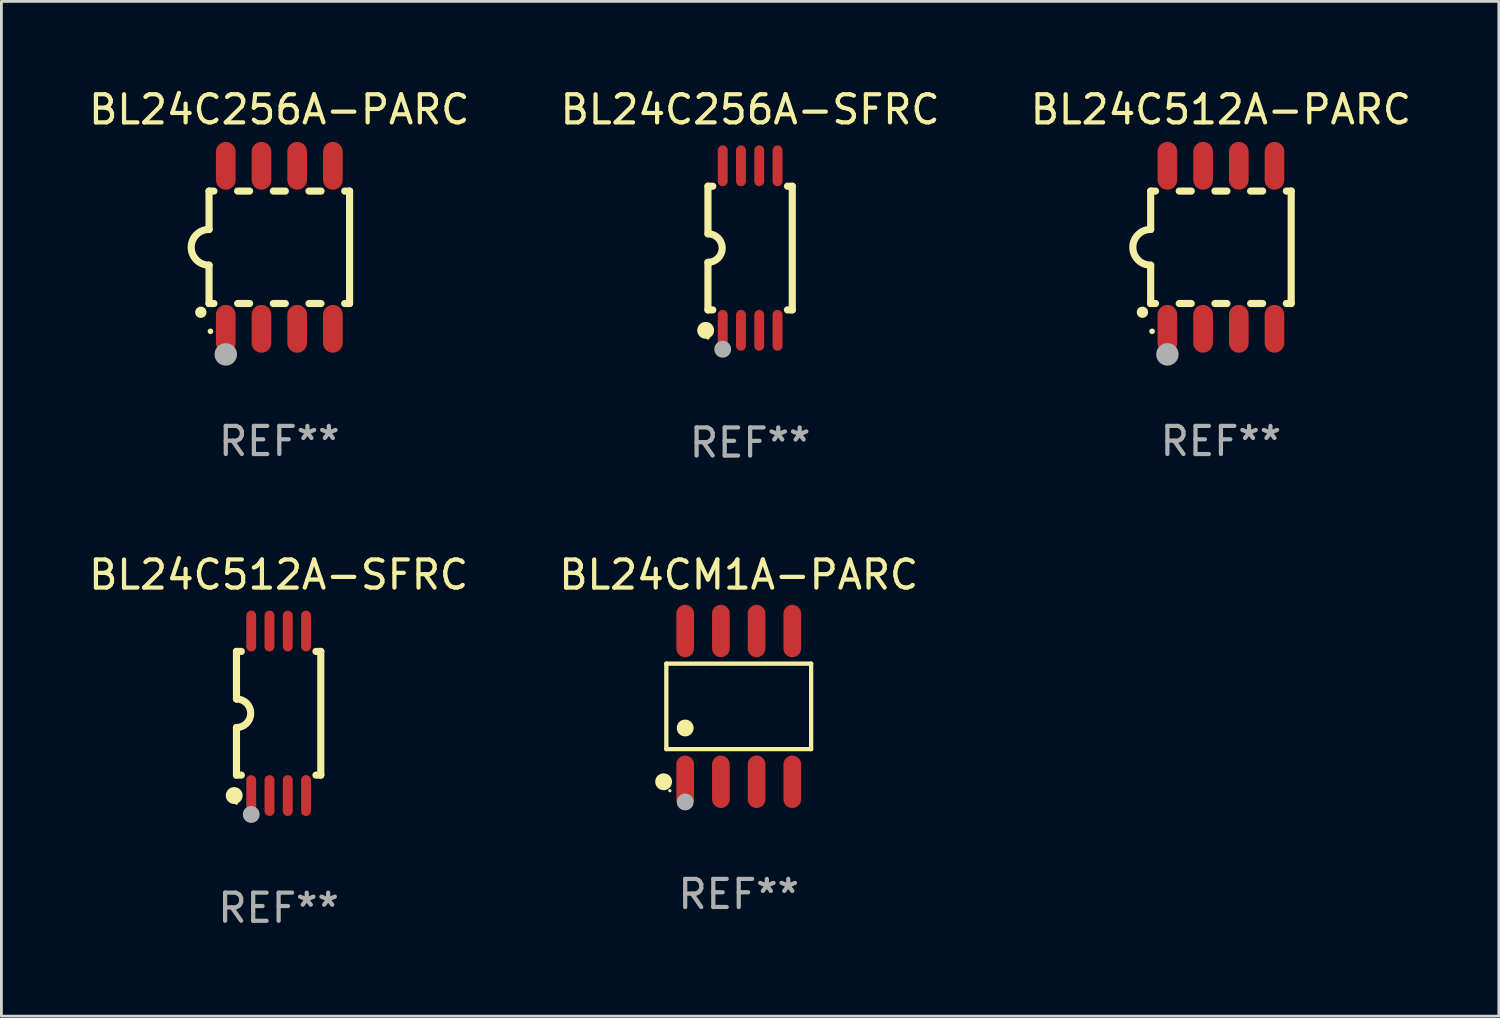
<source format=kicad_pcb>
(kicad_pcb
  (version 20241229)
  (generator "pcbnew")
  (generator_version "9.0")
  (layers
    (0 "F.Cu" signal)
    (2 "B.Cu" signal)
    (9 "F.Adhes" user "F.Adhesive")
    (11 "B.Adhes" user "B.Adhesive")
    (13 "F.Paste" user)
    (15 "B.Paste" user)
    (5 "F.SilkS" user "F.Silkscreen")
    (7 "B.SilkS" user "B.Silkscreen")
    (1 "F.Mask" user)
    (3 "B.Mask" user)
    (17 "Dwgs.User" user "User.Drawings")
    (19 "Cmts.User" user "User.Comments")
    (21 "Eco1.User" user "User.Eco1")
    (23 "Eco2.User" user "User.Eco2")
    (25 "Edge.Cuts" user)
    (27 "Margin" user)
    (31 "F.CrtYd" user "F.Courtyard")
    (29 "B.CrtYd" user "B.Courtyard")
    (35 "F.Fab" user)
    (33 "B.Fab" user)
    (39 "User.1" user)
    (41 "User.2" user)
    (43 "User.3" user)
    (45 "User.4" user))
  (footprint "BL24CM1A-PARC"
    (layer "F.Cu")
    (at 23.232 22.081)
    (property "Reference" "BL24CM1A-PARC" (at 0 -4.682 0) (layer "F.SilkS") (effects (font (size 1 1) (thickness 0.15))))
    (attr through_hole)
    (fp_line (start -2.576 -1.521) (end 2.576 -1.521) (stroke (width 0.152) (type solid)) (layer "F.SilkS"))
    (fp_line (start -2.576 1.521) (end -2.576 -1.521) (stroke (width 0.152) (type solid)) (layer "F.SilkS"))
    (fp_line (start 2.576 -1.521) (end 2.576 1.521) (stroke (width 0.152) (type solid)) (layer "F.SilkS"))
    (fp_line (start 2.576 1.521) (end -2.576 1.521) (stroke (width 0.152) (type solid)) (layer "F.SilkS"))
    (fp_circle (center -2.672 2.682) (end -2.522 2.682) (stroke (width 0.3) (type solid)) (fill no) (layer "F.SilkS"))
    (fp_circle (center -2.45 3) (end -2.42 3) (stroke (width 0.06) (type solid)) (fill no) (layer "F.SilkS"))
    (fp_circle (center -1.905 0.769) (end -1.755 0.769) (stroke (width 0.3) (type solid)) (fill no) (layer "F.SilkS"))
    (fp_circle (center -1.905 3.4) (end -1.755 3.4) (stroke (width 0.3) (type solid)) (fill no) (layer "F.Fab"))
    (fp_text user "REF**" (at 0 6.682 0) (layer "F.Fab") (effects (font (size 1 1) (thickness 0.15))))
    (pad "1" smd oval (at -1.905 2.682) (size 0.63 1.865) (layers "F.Cu" "F.Mask" "F.Paste"))
    (pad "2" smd oval (at -0.635 2.682) (size 0.63 1.865) (layers "F.Cu" "F.Mask" "F.Paste"))
    (pad "3" smd oval (at 0.635 2.682) (size 0.63 1.865) (layers "F.Cu" "F.Mask" "F.Paste"))
    (pad "4" smd oval (at 1.905 2.682) (size 0.63 1.865) (layers "F.Cu" "F.Mask" "F.Paste"))
    (pad "5" smd oval (at 1.905 -2.682) (size 0.63 1.865) (layers "F.Cu" "F.Mask" "F.Paste"))
    (pad "6" smd oval (at 0.635 -2.682) (size 0.63 1.865) (layers "F.Cu" "F.Mask" "F.Paste"))
    (pad "7" smd oval (at -0.635 -2.682) (size 0.63 1.865) (layers "F.Cu" "F.Mask" "F.Paste"))
    (pad "8" smd oval (at -1.905 -2.682) (size 0.63 1.865) (layers "F.Cu" "F.Mask" "F.Paste")))
  (footprint "BL24C256A-SFRC"
    (layer "F.Cu")
    (at 23.637 5.775)
    (property "Reference" "BL24C256A-SFRC" (at 0 -4.927 0) (layer "F.SilkS") (effects (font (size 1 1) (thickness 0.15))))
    (attr through_hole)
    (fp_line (start -1.5 -2.2) (end -1.5 -0.508) (stroke (width 0.254) (type solid)) (layer "F.SilkS"))
    (fp_line (start -1.5 -2.2) (end -1.328 -2.2) (stroke (width 0.254) (type solid)) (layer "F.SilkS"))
    (fp_line (start -1.5 2.2) (end -1.5 0.508) (stroke (width 0.254) (type solid)) (layer "F.SilkS"))
    (fp_line (start -1.5 2.2) (end -1.328 2.2) (stroke (width 0.254) (type solid)) (layer "F.SilkS"))
    (fp_line (start 1.328 -2.2) (end 1.5 -2.2) (stroke (width 0.254) (type solid)) (layer "F.SilkS"))
    (fp_line (start 1.328 2.2) (end 1.5 2.2) (stroke (width 0.254) (type solid)) (layer "F.SilkS"))
    (fp_line (start 1.5 -2.2) (end 1.5 2.2) (stroke (width 0.254) (type solid)) (layer "F.SilkS"))
    (fp_arc (start -1.501144 -0.508) (mid -0.993143 -0.000571) (end -1.5 0.508001) (stroke (width 0.254001) (type solid)) (layer "F.SilkS"))
    (fp_circle (center -1.581 2.927) (end -1.431 2.927) (stroke (width 0.3) (type solid)) (fill no) (layer "F.SilkS"))
    (fp_circle (center -1.5 3.2) (end -1.47 3.2) (stroke (width 0.06) (type solid)) (fill no) (layer "F.SilkS"))
    (fp_circle (center -0.975 3.6) (end -0.825 3.6) (stroke (width 0.3) (type solid)) (fill no) (layer "F.Fab"))
    (fp_text user "REF**" (at 0 6.927 0) (layer "F.Fab") (effects (font (size 1 1) (thickness 0.15))))
    (pad "1" smd oval (at -0.975 2.927) (size 0.353 1.454) (layers "F.Cu" "F.Mask" "F.Paste"))
    (pad "2" smd oval (at -0.325 2.927) (size 0.353 1.454) (layers "F.Cu" "F.Mask" "F.Paste"))
    (pad "3" smd oval (at 0.325 2.927) (size 0.353 1.454) (layers "F.Cu" "F.Mask" "F.Paste"))
    (pad "4" smd oval (at 0.975 2.927) (size 0.353 1.454) (layers "F.Cu" "F.Mask" "F.Paste"))
    (pad "5" smd oval (at 0.975 -2.927) (size 0.353 1.454) (layers "F.Cu" "F.Mask" "F.Paste"))
    (pad "6" smd oval (at 0.325 -2.927) (size 0.353 1.454) (layers "F.Cu" "F.Mask" "F.Paste"))
    (pad "7" smd oval (at -0.325 -2.927) (size 0.353 1.454) (layers "F.Cu" "F.Mask" "F.Paste"))
    (pad "8" smd oval (at -0.975 -2.927) (size 0.353 1.454) (layers "F.Cu" "F.Mask" "F.Paste")))
  (footprint "BL24C512A-PARC"
    (layer "F.Cu")
    (at 40.387 5.748)
    (property "Reference" "BL24C512A-PARC" (at 0 -4.9 0) (layer "F.SilkS") (effects (font (size 1 1) (thickness 0.15))))
    (attr through_hole)
    (fp_line (start -2.5 -2) (end -2.5 -0.635) (stroke (width 0.254) (type solid)) (layer "F.SilkS"))
    (fp_line (start -2.5 -2) (end -2.326 -2) (stroke (width 0.254) (type solid)) (layer "F.SilkS"))
    (fp_line (start -2.5 2) (end -2.5 0.635) (stroke (width 0.254) (type solid)) (layer "F.SilkS"))
    (fp_line (start -2.5 2) (end -2.326 2) (stroke (width 0.254) (type solid)) (layer "F.SilkS"))
    (fp_line (start -1.484 -2) (end -1.056 -2) (stroke (width 0.254) (type solid)) (layer "F.SilkS"))
    (fp_line (start -1.484 2) (end -1.056 2) (stroke (width 0.254) (type solid)) (layer "F.SilkS"))
    (fp_line (start -0.214 -2) (end 0.214 -2) (stroke (width 0.254) (type solid)) (layer "F.SilkS"))
    (fp_line (start -0.214 2) (end 0.214 2) (stroke (width 0.254) (type solid)) (layer "F.SilkS"))
    (fp_line (start 1.056 -2) (end 1.484 -2) (stroke (width 0.254) (type solid)) (layer "F.SilkS"))
    (fp_line (start 1.056 2) (end 1.484 2) (stroke (width 0.254) (type solid)) (layer "F.SilkS"))
    (fp_line (start 2.326 -2) (end 2.5 -2) (stroke (width 0.254) (type solid)) (layer "F.SilkS"))
    (fp_line (start 2.326 2) (end 2.5 2) (stroke (width 0.254) (type solid)) (layer "F.SilkS"))
    (fp_line (start 2.5 -2) (end 2.5 2) (stroke (width 0.254) (type solid)) (layer "F.SilkS"))
    (fp_arc (start -2.794006 2.311405) (mid -2.792736 2.311401) (end -2.791466 2.311405) (stroke (width 0.4) (type solid)) (layer "F.SilkS"))
    (fp_arc (start -2.5 0.635001) (mid -3.134366 -0.000318) (end -2.499365 -0.635001) (stroke (width 0.254001) (type solid)) (layer "F.SilkS"))
    (fp_circle (center -2.45 2.99) (end -2.4 2.99) (stroke (width 0.1) (type solid)) (fill no) (layer "F.SilkS"))
    (fp_circle (center -1.905 3.81) (end -1.705 3.81) (stroke (width 0.4) (type solid)) (fill no) (layer "F.Fab"))
    (fp_text user "REF**" (at 0 6.9 0) (layer "F.Fab") (effects (font (size 1 1) (thickness 0.15))))
    (pad "1" smd oval (at -1.905 2.9 180) (size 0.7 1.7) (layers "F.Cu" "F.Mask" "F.Paste"))
    (pad "2" smd oval (at -0.635 2.9 180) (size 0.7 1.7) (layers "F.Cu" "F.Mask" "F.Paste"))
    (pad "3" smd oval (at 0.635 2.9 180) (size 0.7 1.7) (layers "F.Cu" "F.Mask" "F.Paste"))
    (pad "4" smd oval (at 1.905 2.9 180) (size 0.7 1.7) (layers "F.Cu" "F.Mask" "F.Paste"))
    (pad "5" smd oval (at 1.905 -2.9 180) (size 0.7 1.7) (layers "F.Cu" "F.Mask" "F.Paste"))
    (pad "6" smd oval (at 0.635 -2.9 180) (size 0.7 1.7) (layers "F.Cu" "F.Mask" "F.Paste"))
    (pad "7" smd oval (at -0.635 -2.9 180) (size 0.7 1.7) (layers "F.Cu" "F.Mask" "F.Paste"))
    (pad "8" smd oval (at -1.905 -2.9 180) (size 0.7 1.7) (layers "F.Cu" "F.Mask" "F.Paste")))
  (footprint "BL24C256A-PARC"
    (layer "F.Cu")
    (at 6.887 5.748)
    (property "Reference" "BL24C256A-PARC" (at 0 -4.9 0) (layer "F.SilkS") (effects (font (size 1 1) (thickness 0.15))))
    (attr through_hole)
    (fp_line (start -2.5 -2) (end -2.5 -0.635) (stroke (width 0.254) (type solid)) (layer "F.SilkS"))
    (fp_line (start -2.5 -2) (end -2.326 -2) (stroke (width 0.254) (type solid)) (layer "F.SilkS"))
    (fp_line (start -2.5 2) (end -2.5 0.635) (stroke (width 0.254) (type solid)) (layer "F.SilkS"))
    (fp_line (start -2.5 2) (end -2.326 2) (stroke (width 0.254) (type solid)) (layer "F.SilkS"))
    (fp_line (start -1.484 -2) (end -1.056 -2) (stroke (width 0.254) (type solid)) (layer "F.SilkS"))
    (fp_line (start -1.484 2) (end -1.056 2) (stroke (width 0.254) (type solid)) (layer "F.SilkS"))
    (fp_line (start -0.214 -2) (end 0.214 -2) (stroke (width 0.254) (type solid)) (layer "F.SilkS"))
    (fp_line (start -0.214 2) (end 0.214 2) (stroke (width 0.254) (type solid)) (layer "F.SilkS"))
    (fp_line (start 1.056 -2) (end 1.484 -2) (stroke (width 0.254) (type solid)) (layer "F.SilkS"))
    (fp_line (start 1.056 2) (end 1.484 2) (stroke (width 0.254) (type solid)) (layer "F.SilkS"))
    (fp_line (start 2.326 -2) (end 2.5 -2) (stroke (width 0.254) (type solid)) (layer "F.SilkS"))
    (fp_line (start 2.326 2) (end 2.5 2) (stroke (width 0.254) (type solid)) (layer "F.SilkS"))
    (fp_line (start 2.5 -2) (end 2.5 2) (stroke (width 0.254) (type solid)) (layer "F.SilkS"))
    (fp_arc (start -2.794006 2.311405) (mid -2.792736 2.311401) (end -2.791466 2.311405) (stroke (width 0.4) (type solid)) (layer "F.SilkS"))
    (fp_arc (start -2.5 0.635001) (mid -3.134366 -0.000318) (end -2.499365 -0.635001) (stroke (width 0.254001) (type solid)) (layer "F.SilkS"))
    (fp_circle (center -2.45 2.99) (end -2.4 2.99) (stroke (width 0.1) (type solid)) (fill no) (layer "F.SilkS"))
    (fp_circle (center -1.905 3.81) (end -1.705 3.81) (stroke (width 0.4) (type solid)) (fill no) (layer "F.Fab"))
    (fp_text user "REF**" (at 0 6.9 0) (layer "F.Fab") (effects (font (size 1 1) (thickness 0.15))))
    (pad "1" smd oval (at -1.905 2.9 180) (size 0.7 1.7) (layers "F.Cu" "F.Mask" "F.Paste"))
    (pad "2" smd oval (at -0.635 2.9 180) (size 0.7 1.7) (layers "F.Cu" "F.Mask" "F.Paste"))
    (pad "3" smd oval (at 0.635 2.9 180) (size 0.7 1.7) (layers "F.Cu" "F.Mask" "F.Paste"))
    (pad "4" smd oval (at 1.905 2.9 180) (size 0.7 1.7) (layers "F.Cu" "F.Mask" "F.Paste"))
    (pad "5" smd oval (at 1.905 -2.9 180) (size 0.7 1.7) (layers "F.Cu" "F.Mask" "F.Paste"))
    (pad "6" smd oval (at 0.635 -2.9 180) (size 0.7 1.7) (layers "F.Cu" "F.Mask" "F.Paste"))
    (pad "7" smd oval (at -0.635 -2.9 180) (size 0.7 1.7) (layers "F.Cu" "F.Mask" "F.Paste"))
    (pad "8" smd oval (at -1.905 -2.9 180) (size 0.7 1.7) (layers "F.Cu" "F.Mask" "F.Paste")))
  (footprint "BL24C512A-SFRC"
    (layer "F.Cu")
    (at 6.863 22.326)
    (property "Reference" "BL24C512A-SFRC" (at 0 -4.927 0) (layer "F.SilkS") (effects (font (size 1 1) (thickness 0.15))))
    (attr through_hole)
    (fp_line (start -1.5 -2.2) (end -1.5 -0.508) (stroke (width 0.254) (type solid)) (layer "F.SilkS"))
    (fp_line (start -1.5 -2.2) (end -1.328 -2.2) (stroke (width 0.254) (type solid)) (layer "F.SilkS"))
    (fp_line (start -1.5 2.2) (end -1.5 0.508) (stroke (width 0.254) (type solid)) (layer "F.SilkS"))
    (fp_line (start -1.5 2.2) (end -1.328 2.2) (stroke (width 0.254) (type solid)) (layer "F.SilkS"))
    (fp_line (start 1.328 -2.2) (end 1.5 -2.2) (stroke (width 0.254) (type solid)) (layer "F.SilkS"))
    (fp_line (start 1.328 2.2) (end 1.5 2.2) (stroke (width 0.254) (type solid)) (layer "F.SilkS"))
    (fp_line (start 1.5 -2.2) (end 1.5 2.2) (stroke (width 0.254) (type solid)) (layer "F.SilkS"))
    (fp_arc (start -1.501144 -0.508) (mid -0.993143 -0.000571) (end -1.5 0.508001) (stroke (width 0.254001) (type solid)) (layer "F.SilkS"))
    (fp_circle (center -1.581 2.927) (end -1.431 2.927) (stroke (width 0.3) (type solid)) (fill no) (layer "F.SilkS"))
    (fp_circle (center -1.5 3.2) (end -1.47 3.2) (stroke (width 0.06) (type solid)) (fill no) (layer "F.SilkS"))
    (fp_circle (center -0.975 3.6) (end -0.825 3.6) (stroke (width 0.3) (type solid)) (fill no) (layer "F.Fab"))
    (fp_text user "REF**" (at 0 6.927 0) (layer "F.Fab") (effects (font (size 1 1) (thickness 0.15))))
    (pad "1" smd oval (at -0.975 2.927) (size 0.353 1.454) (layers "F.Cu" "F.Mask" "F.Paste"))
    (pad "2" smd oval (at -0.325 2.927) (size 0.353 1.454) (layers "F.Cu" "F.Mask" "F.Paste"))
    (pad "3" smd oval (at 0.325 2.927) (size 0.353 1.454) (layers "F.Cu" "F.Mask" "F.Paste"))
    (pad "4" smd oval (at 0.975 2.927) (size 0.353 1.454) (layers "F.Cu" "F.Mask" "F.Paste"))
    (pad "5" smd oval (at 0.975 -2.927) (size 0.353 1.454) (layers "F.Cu" "F.Mask" "F.Paste"))
    (pad "6" smd oval (at 0.325 -2.927) (size 0.353 1.454) (layers "F.Cu" "F.Mask" "F.Paste"))
    (pad "7" smd oval (at -0.325 -2.927) (size 0.353 1.454) (layers "F.Cu" "F.Mask" "F.Paste"))
    (pad "8" smd oval (at -0.975 -2.927) (size 0.353 1.454) (layers "F.Cu" "F.Mask" "F.Paste")))
  (gr_rect
    (start -3 -3)
    (end 50.274 33.101)
    (stroke (width 0.1) (type default))
    (fill no)
    (layer "Edge.Cuts")))
</source>
